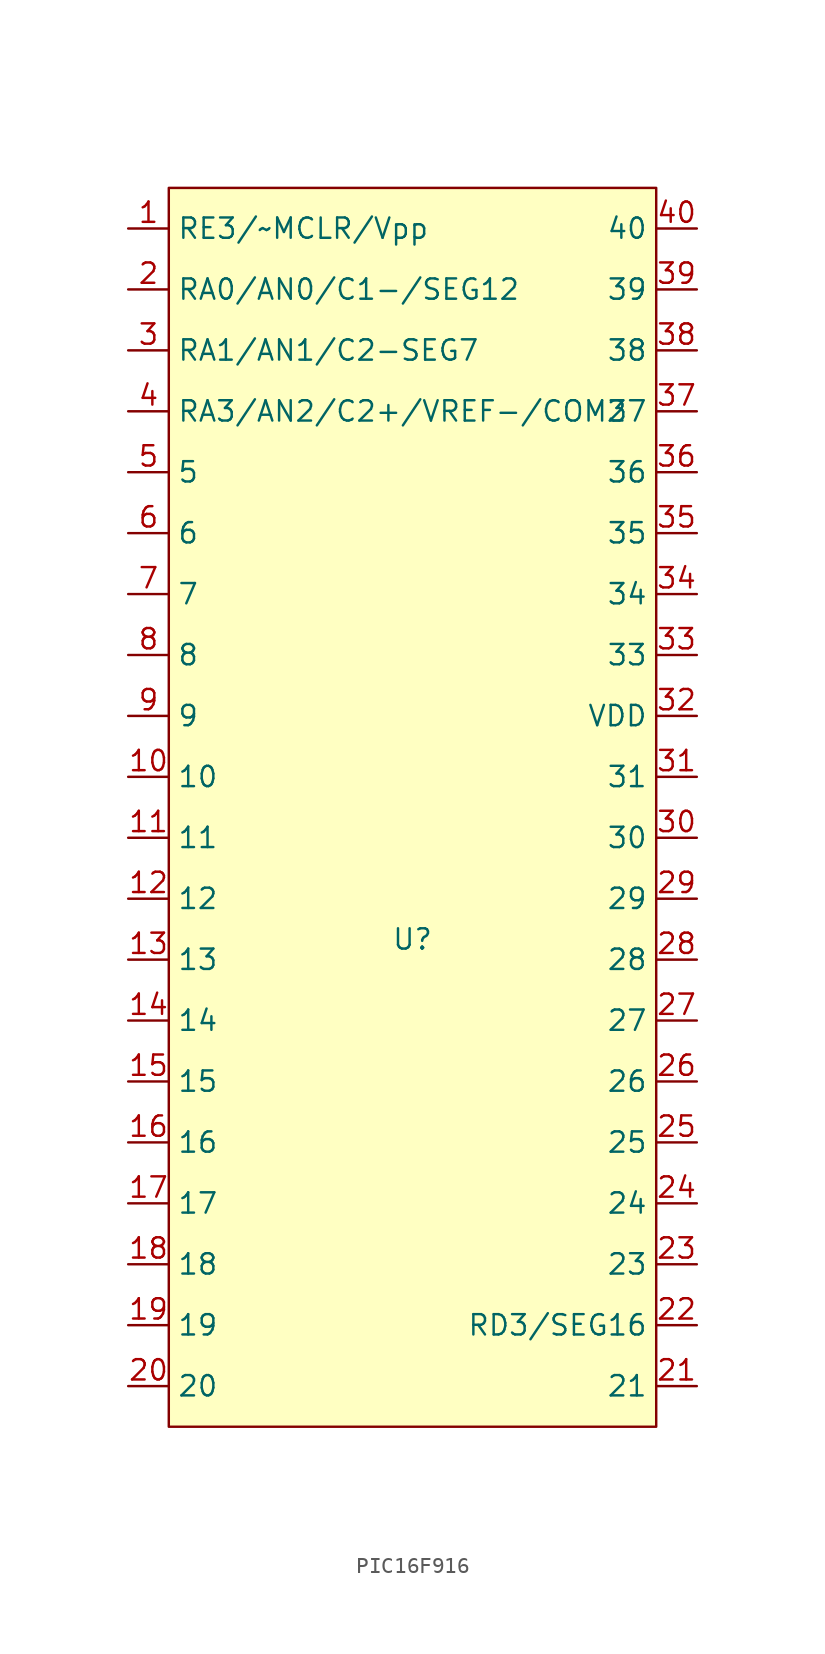
<source format=kicad_sym>
(kicad_symbol_lib
  (version 20220914)
  (generator kicad_symbol_editor)
  (symbol "PIC16F916"
    (property "Reference" "U"
      (at 0 -7.62 0)
      (effects (font (size 1.27 1.27))))
    (property "Value" ""
      (at 0 -7.62 0)
      (effects (font (size 1.27 1.27))))
    (symbol "PIC16F916_1_1"
      (rectangle (start -15.24 39.37) (end 15.24 -38.1) (stroke (width 0) (type default)) (fill (type background)))
      (pin input line (at -17.78 36.83 0) (length 2.54) (name "RE3/~MCLR/Vpp" (effects (font (size 1.27 1.27)))) (number "1" (effects (font (size 1.27 1.27)))))
      (pin input line (at -17.78 2.54 0) (length 2.54) (name "10" (effects (font (size 1.27 1.27)))) (number "10" (effects (font (size 1.27 1.27)))))
      (pin input line (at -17.78 -1.27 0) (length 2.54) (name "11" (effects (font (size 1.27 1.27)))) (number "11" (effects (font (size 1.27 1.27)))))
      (pin input line (at -17.78 -5.08 0) (length 2.54) (name "12" (effects (font (size 1.27 1.27)))) (number "12" (effects (font (size 1.27 1.27)))))
      (pin input line (at -17.78 -8.89 0) (length 2.54) (name "13" (effects (font (size 1.27 1.27)))) (number "13" (effects (font (size 1.27 1.27)))))
      (pin input line (at -17.78 -12.7 0) (length 2.54) (name "14" (effects (font (size 1.27 1.27)))) (number "14" (effects (font (size 1.27 1.27)))))
      (pin input line (at -17.78 -16.51 0) (length 2.54) (name "15" (effects (font (size 1.27 1.27)))) (number "15" (effects (font (size 1.27 1.27)))))
      (pin input line (at -17.78 -20.32 0) (length 2.54) (name "16" (effects (font (size 1.27 1.27)))) (number "16" (effects (font (size 1.27 1.27)))))
      (pin input line (at -17.78 -24.13 0) (length 2.54) (name "17" (effects (font (size 1.27 1.27)))) (number "17" (effects (font (size 1.27 1.27)))))
      (pin input line (at -17.78 -27.94 0) (length 2.54) (name "18" (effects (font (size 1.27 1.27)))) (number "18" (effects (font (size 1.27 1.27)))))
      (pin input line (at -17.78 -31.75 0) (length 2.54) (name "19" (effects (font (size 1.27 1.27)))) (number "19" (effects (font (size 1.27 1.27)))))
      (pin bidirectional line (at -17.78 33.02 0) (length 2.54) (name "RA0/AN0/C1-/SEG12" (effects (font (size 1.27 1.27)))) (number "2" (effects (font (size 1.27 1.27)))))
      (pin input line (at -17.78 -35.56 0) (length 2.54) (name "20" (effects (font (size 1.27 1.27)))) (number "20" (effects (font (size 1.27 1.27)))))
      (pin input line (at 17.78 -35.56 180) (length 2.54) (name "21" (effects (font (size 1.27 1.27)))) (number "21" (effects (font (size 1.27 1.27)))))
      (pin input line (at 17.78 -31.75 180) (length 2.54) (name "RD3/SEG16" (effects (font (size 1.27 1.27)))) (number "22" (effects (font (size 1.27 1.27)))))
      (pin input line (at 17.78 -27.94 180) (length 2.54) (name "23" (effects (font (size 1.27 1.27)))) (number "23" (effects (font (size 1.27 1.27)))))
      (pin input line (at 17.78 -24.13 180) (length 2.54) (name "24" (effects (font (size 1.27 1.27)))) (number "24" (effects (font (size 1.27 1.27)))))
      (pin input line (at 17.78 -20.32 180) (length 2.54) (name "25" (effects (font (size 1.27 1.27)))) (number "25" (effects (font (size 1.27 1.27)))))
      (pin input line (at 17.78 -16.51 180) (length 2.54) (name "26" (effects (font (size 1.27 1.27)))) (number "26" (effects (font (size 1.27 1.27)))))
      (pin input line (at 17.78 -12.7 180) (length 2.54) (name "27" (effects (font (size 1.27 1.27)))) (number "27" (effects (font (size 1.27 1.27)))))
      (pin input line (at 17.78 -8.89 180) (length 2.54) (name "28" (effects (font (size 1.27 1.27)))) (number "28" (effects (font (size 1.27 1.27)))))
      (pin input line (at 17.78 -5.08 180) (length 2.54) (name "29" (effects (font (size 1.27 1.27)))) (number "29" (effects (font (size 1.27 1.27)))))
      (pin bidirectional line (at -17.78 29.21 0) (length 2.54) (name "RA1/AN1/C2-SEG7" (effects (font (size 1.27 1.27)))) (number "3" (effects (font (size 1.27 1.27)))))
      (pin input line (at 17.78 -1.27 180) (length 2.54) (name "30" (effects (font (size 1.27 1.27)))) (number "30" (effects (font (size 1.27 1.27)))))
      (pin input line (at 17.78 2.54 180) (length 2.54) (name "31" (effects (font (size 1.27 1.27)))) (number "31" (effects (font (size 1.27 1.27)))))
      (pin input line (at 17.78 6.35 180) (length 2.54) (name "VDD" (effects (font (size 1.27 1.27)))) (number "32" (effects (font (size 1.27 1.27)))))
      (pin input line (at 17.78 10.16 180) (length 2.54) (name "33" (effects (font (size 1.27 1.27)))) (number "33" (effects (font (size 1.27 1.27)))))
      (pin input line (at 17.78 13.97 180) (length 2.54) (name "34" (effects (font (size 1.27 1.27)))) (number "34" (effects (font (size 1.27 1.27)))))
      (pin input line (at 17.78 17.78 180) (length 2.54) (name "35" (effects (font (size 1.27 1.27)))) (number "35" (effects (font (size 1.27 1.27)))))
      (pin input line (at 17.78 21.59 180) (length 2.54) (name "36" (effects (font (size 1.27 1.27)))) (number "36" (effects (font (size 1.27 1.27)))))
      (pin input line (at 17.78 25.4 180) (length 2.54) (name "37" (effects (font (size 1.27 1.27)))) (number "37" (effects (font (size 1.27 1.27)))))
      (pin input line (at 17.78 29.21 180) (length 2.54) (name "38" (effects (font (size 1.27 1.27)))) (number "38" (effects (font (size 1.27 1.27)))))
      (pin input line (at 17.78 33.02 180) (length 2.54) (name "39" (effects (font (size 1.27 1.27)))) (number "39" (effects (font (size 1.27 1.27)))))
      (pin bidirectional line (at -17.78 25.4 0) (length 2.54) (name "RA3/AN2/C2+/VREF-/COM2" (effects (font (size 1.27 1.27)))) (number "4" (effects (font (size 1.27 1.27)))))
      (pin input line (at 17.78 36.83 180) (length 2.54) (name "40" (effects (font (size 1.27 1.27)))) (number "40" (effects (font (size 1.27 1.27)))))
      (pin input line (at -17.78 21.59 0) (length 2.54) (name "5" (effects (font (size 1.27 1.27)))) (number "5" (effects (font (size 1.27 1.27)))))
      (pin input line (at -17.78 17.78 0) (length 2.54) (name "6" (effects (font (size 1.27 1.27)))) (number "6" (effects (font (size 1.27 1.27)))))
      (pin input line (at -17.78 13.97 0) (length 2.54) (name "7" (effects (font (size 1.27 1.27)))) (number "7" (effects (font (size 1.27 1.27)))))
      (pin input line (at -17.78 10.16 0) (length 2.54) (name "8" (effects (font (size 1.27 1.27)))) (number "8" (effects (font (size 1.27 1.27)))))
      (pin input line (at -17.78 6.35 0) (length 2.54) (name "9" (effects (font (size 1.27 1.27)))) (number "9" (effects (font (size 1.27 1.27))))))))
</source>
